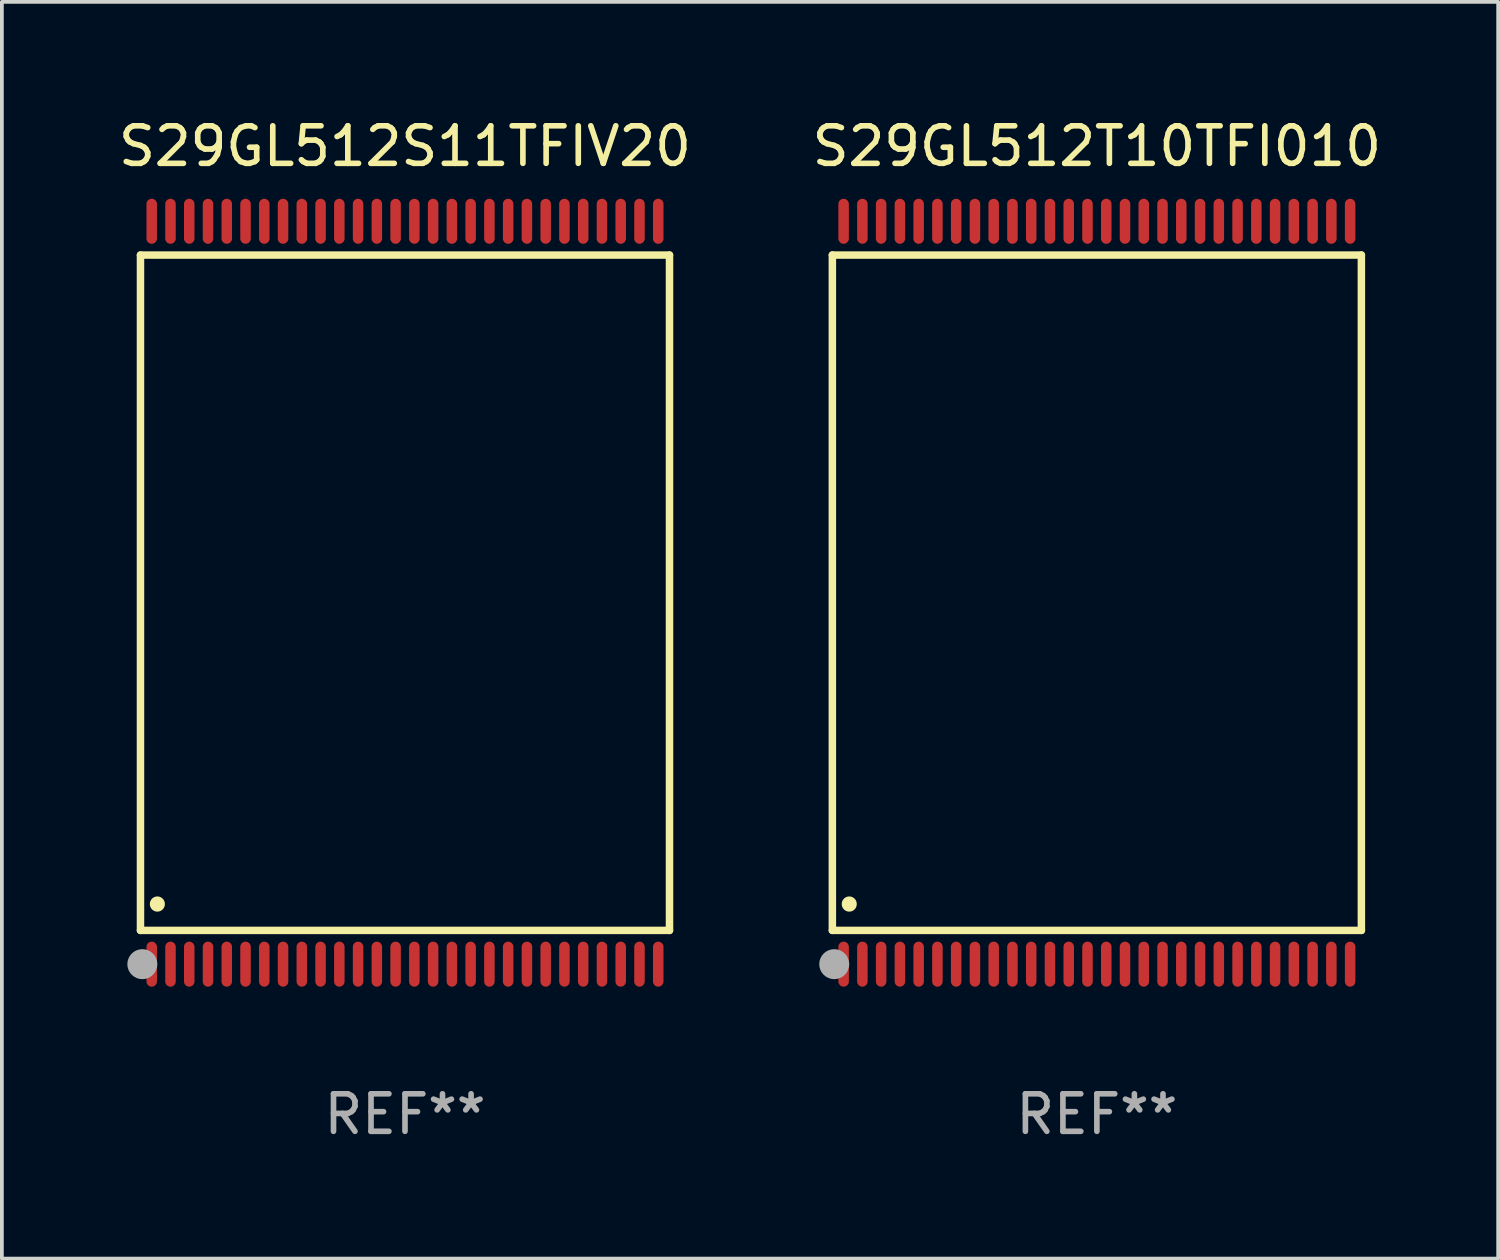
<source format=kicad_pcb>
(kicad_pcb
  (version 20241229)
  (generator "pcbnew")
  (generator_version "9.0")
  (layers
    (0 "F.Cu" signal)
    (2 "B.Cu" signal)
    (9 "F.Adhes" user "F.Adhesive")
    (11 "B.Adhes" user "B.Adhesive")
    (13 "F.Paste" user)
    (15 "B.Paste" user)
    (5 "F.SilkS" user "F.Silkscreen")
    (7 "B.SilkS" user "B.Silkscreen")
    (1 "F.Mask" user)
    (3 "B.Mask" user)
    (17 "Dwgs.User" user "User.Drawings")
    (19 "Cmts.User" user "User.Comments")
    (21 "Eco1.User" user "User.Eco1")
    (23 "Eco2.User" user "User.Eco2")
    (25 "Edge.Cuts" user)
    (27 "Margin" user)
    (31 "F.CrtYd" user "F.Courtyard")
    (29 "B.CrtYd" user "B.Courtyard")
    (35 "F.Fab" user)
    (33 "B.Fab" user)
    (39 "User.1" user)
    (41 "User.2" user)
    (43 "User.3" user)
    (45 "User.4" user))
  (footprint "S29GL512S11TFIV20"
    (layer "F.Cu")
    (at 7.744 12.748)
    (property "Reference" "S29GL512S11TFIV20" (at 0 -11.9 0) (layer "F.SilkS") (effects (font (size 1 1) (thickness 0.15))))
    (attr through_hole)
    (fp_line (start -7.05 -9) (end 7.05 -9) (stroke (width 0.2) (type solid)) (layer "F.SilkS"))
    (fp_line (start -7.05 9) (end -7.05 -9) (stroke (width 0.2) (type solid)) (layer "F.SilkS"))
    (fp_line (start 7.05 9) (end -7.05 9) (stroke (width 0.2) (type solid)) (layer "F.SilkS"))
    (fp_line (start 7.05 9) (end 7.05 -9) (stroke (width 0.2) (type solid)) (layer "F.SilkS"))
    (fp_arc (start -6.600025 8.300025) (mid -6.600041 8.297485) (end -6.600025 8.294945) (stroke (width 0.4) (type solid)) (layer "F.SilkS"))
    (fp_circle (center -7 10) (end -6.97 10) (stroke (width 0.06) (type solid)) (fill no) (layer "F.SilkS"))
    (fp_circle (center -7 9.9) (end -6.8 9.9) (stroke (width 0.4) (type solid)) (fill no) (layer "F.Fab"))
    (fp_text user "REF**" (at 0 13.9 0) (layer "F.Fab") (effects (font (size 1 1) (thickness 0.15))))
    (pad "1" smd oval (at -6.75 9.9) (size 0.28 1.2) (layers "F.Cu" "F.Mask" "F.Paste"))
    (pad "2" smd oval (at -6.25 9.9) (size 0.28 1.2) (layers "F.Cu" "F.Mask" "F.Paste"))
    (pad "3" smd oval (at -5.75 9.9) (size 0.28 1.2) (layers "F.Cu" "F.Mask" "F.Paste"))
    (pad "4" smd oval (at -5.25 9.9) (size 0.28 1.2) (layers "F.Cu" "F.Mask" "F.Paste"))
    (pad "5" smd oval (at -4.75 9.9) (size 0.28 1.2) (layers "F.Cu" "F.Mask" "F.Paste"))
    (pad "6" smd oval (at -4.25 9.9) (size 0.28 1.2) (layers "F.Cu" "F.Mask" "F.Paste"))
    (pad "7" smd oval (at -3.75 9.9) (size 0.28 1.2) (layers "F.Cu" "F.Mask" "F.Paste"))
    (pad "8" smd oval (at -3.25 9.9) (size 0.28 1.2) (layers "F.Cu" "F.Mask" "F.Paste"))
    (pad "9" smd oval (at -2.75 9.9) (size 0.28 1.2) (layers "F.Cu" "F.Mask" "F.Paste"))
    (pad "10" smd oval (at -2.25 9.9) (size 0.28 1.2) (layers "F.Cu" "F.Mask" "F.Paste"))
    (pad "11" smd oval (at -1.75 9.9) (size 0.28 1.2) (layers "F.Cu" "F.Mask" "F.Paste"))
    (pad "12" smd oval (at -1.25 9.9) (size 0.28 1.2) (layers "F.Cu" "F.Mask" "F.Paste"))
    (pad "13" smd oval (at -0.75 9.9) (size 0.28 1.2) (layers "F.Cu" "F.Mask" "F.Paste"))
    (pad "14" smd oval (at -0.25 9.9) (size 0.28 1.2) (layers "F.Cu" "F.Mask" "F.Paste"))
    (pad "15" smd oval (at 0.25 9.9) (size 0.28 1.2) (layers "F.Cu" "F.Mask" "F.Paste"))
    (pad "16" smd oval (at 0.75 9.9) (size 0.28 1.2) (layers "F.Cu" "F.Mask" "F.Paste"))
    (pad "17" smd oval (at 1.25 9.9) (size 0.28 1.2) (layers "F.Cu" "F.Mask" "F.Paste"))
    (pad "18" smd oval (at 1.75 9.9) (size 0.28 1.2) (layers "F.Cu" "F.Mask" "F.Paste"))
    (pad "19" smd oval (at 2.25 9.9) (size 0.28 1.2) (layers "F.Cu" "F.Mask" "F.Paste"))
    (pad "20" smd oval (at 2.75 9.9) (size 0.28 1.2) (layers "F.Cu" "F.Mask" "F.Paste"))
    (pad "21" smd oval (at 3.25 9.9) (size 0.28 1.2) (layers "F.Cu" "F.Mask" "F.Paste"))
    (pad "22" smd oval (at 3.75 9.9) (size 0.28 1.2) (layers "F.Cu" "F.Mask" "F.Paste"))
    (pad "23" smd oval (at 4.25 9.9) (size 0.28 1.2) (layers "F.Cu" "F.Mask" "F.Paste"))
    (pad "24" smd oval (at 4.75 9.9) (size 0.28 1.2) (layers "F.Cu" "F.Mask" "F.Paste"))
    (pad "25" smd oval (at 5.25 9.9) (size 0.28 1.2) (layers "F.Cu" "F.Mask" "F.Paste"))
    (pad "26" smd oval (at 5.75 9.9) (size 0.28 1.2) (layers "F.Cu" "F.Mask" "F.Paste"))
    (pad "27" smd oval (at 6.25 9.9) (size 0.28 1.2) (layers "F.Cu" "F.Mask" "F.Paste"))
    (pad "28" smd oval (at 6.75 9.9) (size 0.28 1.2) (layers "F.Cu" "F.Mask" "F.Paste"))
    (pad "29" smd oval (at 6.75 -9.9) (size 0.28 1.2) (layers "F.Cu" "F.Mask" "F.Paste"))
    (pad "30" smd oval (at 6.25 -9.9) (size 0.28 1.2) (layers "F.Cu" "F.Mask" "F.Paste"))
    (pad "31" smd oval (at 5.75 -9.9) (size 0.28 1.2) (layers "F.Cu" "F.Mask" "F.Paste"))
    (pad "32" smd oval (at 5.25 -9.9) (size 0.28 1.2) (layers "F.Cu" "F.Mask" "F.Paste"))
    (pad "33" smd oval (at 4.75 -9.9) (size 0.28 1.2) (layers "F.Cu" "F.Mask" "F.Paste"))
    (pad "34" smd oval (at 4.25 -9.9) (size 0.28 1.2) (layers "F.Cu" "F.Mask" "F.Paste"))
    (pad "35" smd oval (at 3.75 -9.9) (size 0.28 1.2) (layers "F.Cu" "F.Mask" "F.Paste"))
    (pad "36" smd oval (at 3.25 -9.9) (size 0.28 1.2) (layers "F.Cu" "F.Mask" "F.Paste"))
    (pad "37" smd oval (at 2.75 -9.9) (size 0.28 1.2) (layers "F.Cu" "F.Mask" "F.Paste"))
    (pad "38" smd oval (at 2.25 -9.9) (size 0.28 1.2) (layers "F.Cu" "F.Mask" "F.Paste"))
    (pad "39" smd oval (at 1.75 -9.9) (size 0.28 1.2) (layers "F.Cu" "F.Mask" "F.Paste"))
    (pad "40" smd oval (at 1.25 -9.9) (size 0.28 1.2) (layers "F.Cu" "F.Mask" "F.Paste"))
    (pad "41" smd oval (at 0.75 -9.9) (size 0.28 1.2) (layers "F.Cu" "F.Mask" "F.Paste"))
    (pad "42" smd oval (at 0.25 -9.9) (size 0.28 1.2) (layers "F.Cu" "F.Mask" "F.Paste"))
    (pad "43" smd oval (at -0.25 -9.9) (size 0.28 1.2) (layers "F.Cu" "F.Mask" "F.Paste"))
    (pad "44" smd oval (at -0.75 -9.9) (size 0.28 1.2) (layers "F.Cu" "F.Mask" "F.Paste"))
    (pad "45" smd oval (at -1.25 -9.9) (size 0.28 1.2) (layers "F.Cu" "F.Mask" "F.Paste"))
    (pad "46" smd oval (at -1.75 -9.9) (size 0.28 1.2) (layers "F.Cu" "F.Mask" "F.Paste"))
    (pad "47" smd oval (at -2.25 -9.9) (size 0.28 1.2) (layers "F.Cu" "F.Mask" "F.Paste"))
    (pad "48" smd oval (at -2.75 -9.9) (size 0.28 1.2) (layers "F.Cu" "F.Mask" "F.Paste"))
    (pad "49" smd oval (at -3.25 -9.9) (size 0.28 1.2) (layers "F.Cu" "F.Mask" "F.Paste"))
    (pad "50" smd oval (at -3.75 -9.9) (size 0.28 1.2) (layers "F.Cu" "F.Mask" "F.Paste"))
    (pad "51" smd oval (at -4.25 -9.9) (size 0.28 1.2) (layers "F.Cu" "F.Mask" "F.Paste"))
    (pad "52" smd oval (at -4.75 -9.9) (size 0.28 1.2) (layers "F.Cu" "F.Mask" "F.Paste"))
    (pad "53" smd oval (at -5.25 -9.9) (size 0.28 1.2) (layers "F.Cu" "F.Mask" "F.Paste"))
    (pad "54" smd oval (at -5.75 -9.9) (size 0.28 1.2) (layers "F.Cu" "F.Mask" "F.Paste"))
    (pad "55" smd oval (at -6.25 -9.9) (size 0.28 1.2) (layers "F.Cu" "F.Mask" "F.Paste"))
    (pad "56" smd oval (at -6.75 -9.9) (size 0.28 1.2) (layers "F.Cu" "F.Mask" "F.Paste")))
  (footprint "S29GL512T10TFI010"
    (layer "F.Cu")
    (at 26.185 12.748)
    (property "Reference" "S29GL512T10TFI010" (at 0 -11.9 0) (layer "F.SilkS") (effects (font (size 1 1) (thickness 0.15))))
    (attr through_hole)
    (fp_line (start -7.05 -9) (end 7.05 -9) (stroke (width 0.2) (type solid)) (layer "F.SilkS"))
    (fp_line (start -7.05 9) (end -7.05 -9) (stroke (width 0.2) (type solid)) (layer "F.SilkS"))
    (fp_line (start 7.05 9) (end -7.05 9) (stroke (width 0.2) (type solid)) (layer "F.SilkS"))
    (fp_line (start 7.05 9) (end 7.05 -9) (stroke (width 0.2) (type solid)) (layer "F.SilkS"))
    (fp_arc (start -6.600025 8.300025) (mid -6.600041 8.297485) (end -6.600025 8.294945) (stroke (width 0.4) (type solid)) (layer "F.SilkS"))
    (fp_circle (center -7 10) (end -6.97 10) (stroke (width 0.06) (type solid)) (fill no) (layer "F.SilkS"))
    (fp_circle (center -7 9.9) (end -6.8 9.9) (stroke (width 0.4) (type solid)) (fill no) (layer "F.Fab"))
    (fp_text user "REF**" (at 0 13.9 0) (layer "F.Fab") (effects (font (size 1 1) (thickness 0.15))))
    (pad "1" smd oval (at -6.75 9.9) (size 0.28 1.2) (layers "F.Cu" "F.Mask" "F.Paste"))
    (pad "2" smd oval (at -6.25 9.9) (size 0.28 1.2) (layers "F.Cu" "F.Mask" "F.Paste"))
    (pad "3" smd oval (at -5.75 9.9) (size 0.28 1.2) (layers "F.Cu" "F.Mask" "F.Paste"))
    (pad "4" smd oval (at -5.25 9.9) (size 0.28 1.2) (layers "F.Cu" "F.Mask" "F.Paste"))
    (pad "5" smd oval (at -4.75 9.9) (size 0.28 1.2) (layers "F.Cu" "F.Mask" "F.Paste"))
    (pad "6" smd oval (at -4.25 9.9) (size 0.28 1.2) (layers "F.Cu" "F.Mask" "F.Paste"))
    (pad "7" smd oval (at -3.75 9.9) (size 0.28 1.2) (layers "F.Cu" "F.Mask" "F.Paste"))
    (pad "8" smd oval (at -3.25 9.9) (size 0.28 1.2) (layers "F.Cu" "F.Mask" "F.Paste"))
    (pad "9" smd oval (at -2.75 9.9) (size 0.28 1.2) (layers "F.Cu" "F.Mask" "F.Paste"))
    (pad "10" smd oval (at -2.25 9.9) (size 0.28 1.2) (layers "F.Cu" "F.Mask" "F.Paste"))
    (pad "11" smd oval (at -1.75 9.9) (size 0.28 1.2) (layers "F.Cu" "F.Mask" "F.Paste"))
    (pad "12" smd oval (at -1.25 9.9) (size 0.28 1.2) (layers "F.Cu" "F.Mask" "F.Paste"))
    (pad "13" smd oval (at -0.75 9.9) (size 0.28 1.2) (layers "F.Cu" "F.Mask" "F.Paste"))
    (pad "14" smd oval (at -0.25 9.9) (size 0.28 1.2) (layers "F.Cu" "F.Mask" "F.Paste"))
    (pad "15" smd oval (at 0.25 9.9) (size 0.28 1.2) (layers "F.Cu" "F.Mask" "F.Paste"))
    (pad "16" smd oval (at 0.75 9.9) (size 0.28 1.2) (layers "F.Cu" "F.Mask" "F.Paste"))
    (pad "17" smd oval (at 1.25 9.9) (size 0.28 1.2) (layers "F.Cu" "F.Mask" "F.Paste"))
    (pad "18" smd oval (at 1.75 9.9) (size 0.28 1.2) (layers "F.Cu" "F.Mask" "F.Paste"))
    (pad "19" smd oval (at 2.25 9.9) (size 0.28 1.2) (layers "F.Cu" "F.Mask" "F.Paste"))
    (pad "20" smd oval (at 2.75 9.9) (size 0.28 1.2) (layers "F.Cu" "F.Mask" "F.Paste"))
    (pad "21" smd oval (at 3.25 9.9) (size 0.28 1.2) (layers "F.Cu" "F.Mask" "F.Paste"))
    (pad "22" smd oval (at 3.75 9.9) (size 0.28 1.2) (layers "F.Cu" "F.Mask" "F.Paste"))
    (pad "23" smd oval (at 4.25 9.9) (size 0.28 1.2) (layers "F.Cu" "F.Mask" "F.Paste"))
    (pad "24" smd oval (at 4.75 9.9) (size 0.28 1.2) (layers "F.Cu" "F.Mask" "F.Paste"))
    (pad "25" smd oval (at 5.25 9.9) (size 0.28 1.2) (layers "F.Cu" "F.Mask" "F.Paste"))
    (pad "26" smd oval (at 5.75 9.9) (size 0.28 1.2) (layers "F.Cu" "F.Mask" "F.Paste"))
    (pad "27" smd oval (at 6.25 9.9) (size 0.28 1.2) (layers "F.Cu" "F.Mask" "F.Paste"))
    (pad "28" smd oval (at 6.75 9.9) (size 0.28 1.2) (layers "F.Cu" "F.Mask" "F.Paste"))
    (pad "29" smd oval (at 6.75 -9.9) (size 0.28 1.2) (layers "F.Cu" "F.Mask" "F.Paste"))
    (pad "30" smd oval (at 6.25 -9.9) (size 0.28 1.2) (layers "F.Cu" "F.Mask" "F.Paste"))
    (pad "31" smd oval (at 5.75 -9.9) (size 0.28 1.2) (layers "F.Cu" "F.Mask" "F.Paste"))
    (pad "32" smd oval (at 5.25 -9.9) (size 0.28 1.2) (layers "F.Cu" "F.Mask" "F.Paste"))
    (pad "33" smd oval (at 4.75 -9.9) (size 0.28 1.2) (layers "F.Cu" "F.Mask" "F.Paste"))
    (pad "34" smd oval (at 4.25 -9.9) (size 0.28 1.2) (layers "F.Cu" "F.Mask" "F.Paste"))
    (pad "35" smd oval (at 3.75 -9.9) (size 0.28 1.2) (layers "F.Cu" "F.Mask" "F.Paste"))
    (pad "36" smd oval (at 3.25 -9.9) (size 0.28 1.2) (layers "F.Cu" "F.Mask" "F.Paste"))
    (pad "37" smd oval (at 2.75 -9.9) (size 0.28 1.2) (layers "F.Cu" "F.Mask" "F.Paste"))
    (pad "38" smd oval (at 2.25 -9.9) (size 0.28 1.2) (layers "F.Cu" "F.Mask" "F.Paste"))
    (pad "39" smd oval (at 1.75 -9.9) (size 0.28 1.2) (layers "F.Cu" "F.Mask" "F.Paste"))
    (pad "40" smd oval (at 1.25 -9.9) (size 0.28 1.2) (layers "F.Cu" "F.Mask" "F.Paste"))
    (pad "41" smd oval (at 0.75 -9.9) (size 0.28 1.2) (layers "F.Cu" "F.Mask" "F.Paste"))
    (pad "42" smd oval (at 0.25 -9.9) (size 0.28 1.2) (layers "F.Cu" "F.Mask" "F.Paste"))
    (pad "43" smd oval (at -0.25 -9.9) (size 0.28 1.2) (layers "F.Cu" "F.Mask" "F.Paste"))
    (pad "44" smd oval (at -0.75 -9.9) (size 0.28 1.2) (layers "F.Cu" "F.Mask" "F.Paste"))
    (pad "45" smd oval (at -1.25 -9.9) (size 0.28 1.2) (layers "F.Cu" "F.Mask" "F.Paste"))
    (pad "46" smd oval (at -1.75 -9.9) (size 0.28 1.2) (layers "F.Cu" "F.Mask" "F.Paste"))
    (pad "47" smd oval (at -2.25 -9.9) (size 0.28 1.2) (layers "F.Cu" "F.Mask" "F.Paste"))
    (pad "48" smd oval (at -2.75 -9.9) (size 0.28 1.2) (layers "F.Cu" "F.Mask" "F.Paste"))
    (pad "49" smd oval (at -3.25 -9.9) (size 0.28 1.2) (layers "F.Cu" "F.Mask" "F.Paste"))
    (pad "50" smd oval (at -3.75 -9.9) (size 0.28 1.2) (layers "F.Cu" "F.Mask" "F.Paste"))
    (pad "51" smd oval (at -4.25 -9.9) (size 0.28 1.2) (layers "F.Cu" "F.Mask" "F.Paste"))
    (pad "52" smd oval (at -4.75 -9.9) (size 0.28 1.2) (layers "F.Cu" "F.Mask" "F.Paste"))
    (pad "53" smd oval (at -5.25 -9.9) (size 0.28 1.2) (layers "F.Cu" "F.Mask" "F.Paste"))
    (pad "54" smd oval (at -5.75 -9.9) (size 0.28 1.2) (layers "F.Cu" "F.Mask" "F.Paste"))
    (pad "55" smd oval (at -6.25 -9.9) (size 0.28 1.2) (layers "F.Cu" "F.Mask" "F.Paste"))
    (pad "56" smd oval (at -6.75 -9.9) (size 0.28 1.2) (layers "F.Cu" "F.Mask" "F.Paste")))
  (gr_rect
    (start -3 -3)
    (end 36.881 30.496)
    (stroke (width 0.1) (type default))
    (fill no)
    (layer "Edge.Cuts")))
</source>
